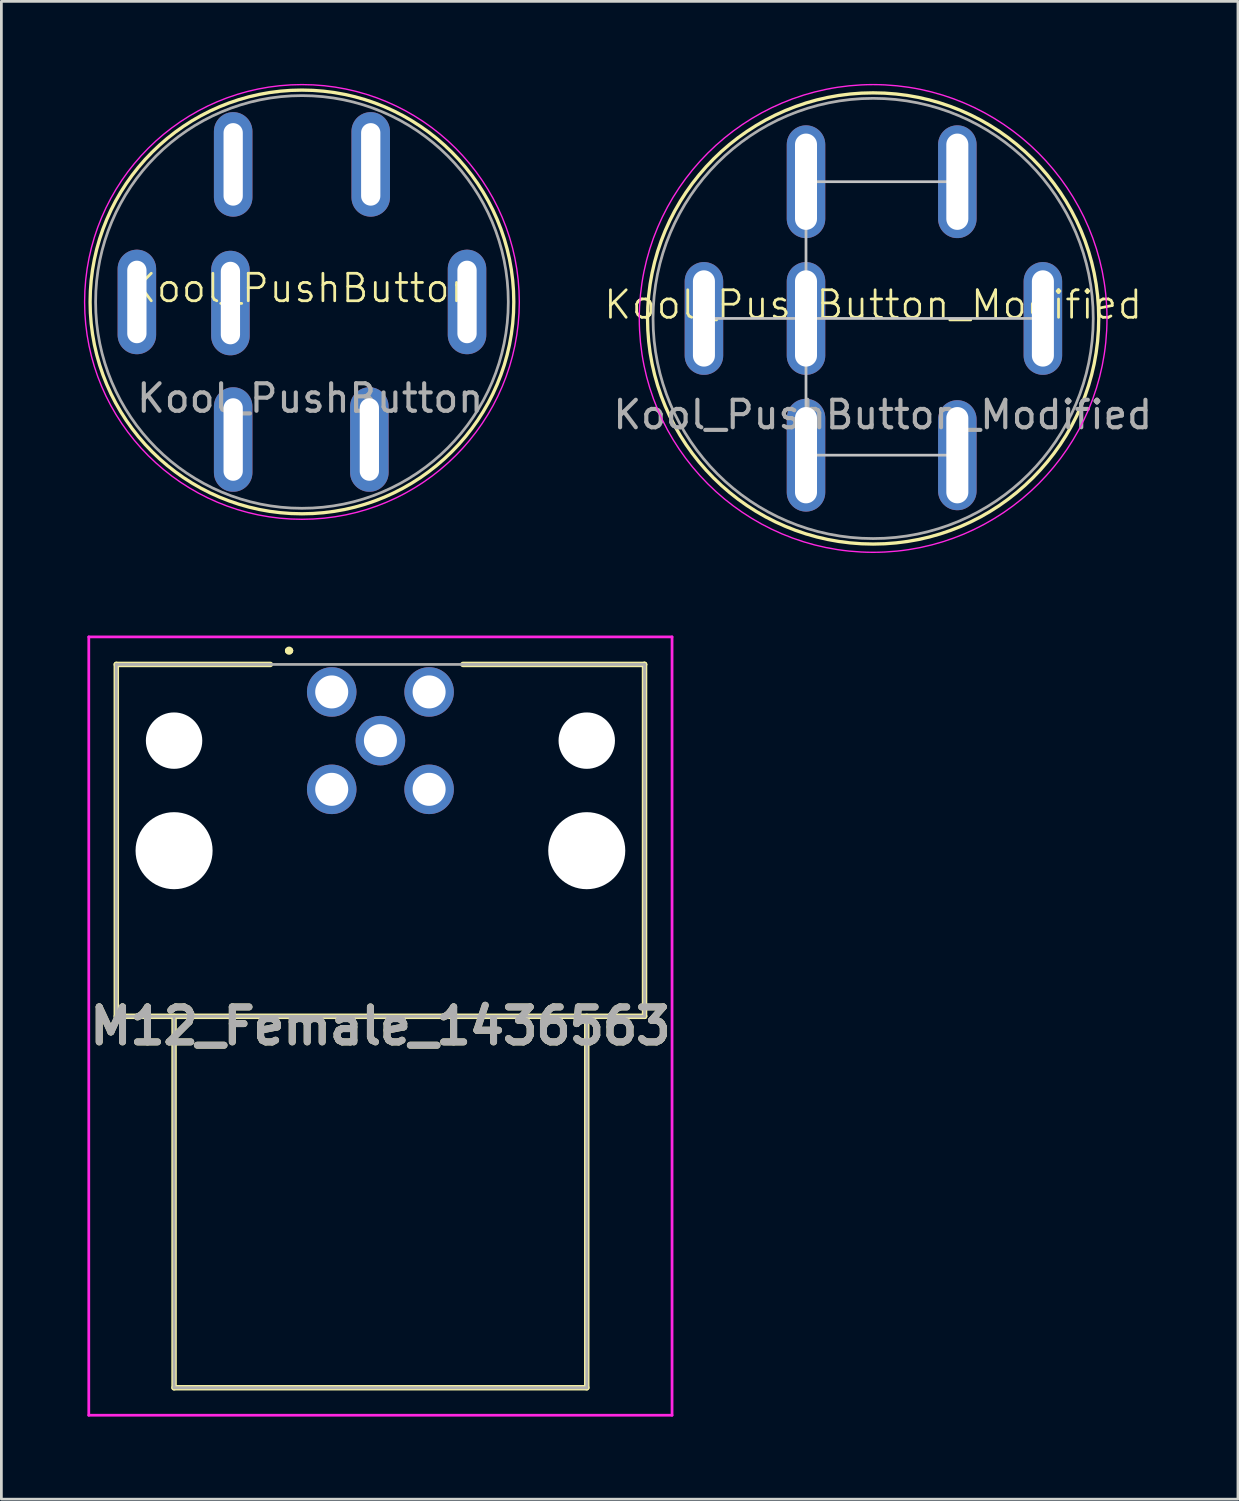
<source format=kicad_pcb>
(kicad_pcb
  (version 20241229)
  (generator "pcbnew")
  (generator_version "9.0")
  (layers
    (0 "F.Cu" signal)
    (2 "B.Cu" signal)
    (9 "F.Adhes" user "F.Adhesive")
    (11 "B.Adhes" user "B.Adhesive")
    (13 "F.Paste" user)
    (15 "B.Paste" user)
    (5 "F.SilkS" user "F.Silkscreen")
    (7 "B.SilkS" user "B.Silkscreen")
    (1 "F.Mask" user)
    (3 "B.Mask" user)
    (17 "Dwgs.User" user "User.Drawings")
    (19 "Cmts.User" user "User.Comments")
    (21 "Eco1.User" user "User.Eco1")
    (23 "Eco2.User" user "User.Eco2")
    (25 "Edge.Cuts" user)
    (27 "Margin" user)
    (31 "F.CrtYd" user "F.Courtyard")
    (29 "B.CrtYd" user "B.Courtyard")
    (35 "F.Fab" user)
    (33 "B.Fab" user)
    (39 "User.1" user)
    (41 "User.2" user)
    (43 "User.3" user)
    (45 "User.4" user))
  (footprint "Kool_PushButton"
    (layer "F.Cu")
    (at 7.925 7.925)
    (property "Reference" "Kool_PushButton" (at 0 -0.5 0) (unlocked yes) (layer "F.SilkS") (effects (font (size 1 1) (thickness 0.1))))
    (attr through_hole)
    (fp_circle (center 0 0) (end 7.7 0) (stroke (width 0.12) (type solid)) (fill no) (layer "F.SilkS"))
    (fp_circle (center 0 0) (end 7.9 0) (stroke (width 0.05) (type solid)) (fill no) (layer "F.CrtYd"))
    (fp_circle (center 0 0) (end 7.5 0) (stroke (width 0.1) (type solid)) (fill no) (layer "F.Fab"))
    (fp_text user "${REFERENCE}" (at 0.3 3.5 0) (layer "F.Fab") (effects (font (size 1 1) (thickness 0.15))))
    (pad "1" thru_hole oval (at -6 0) (size 1.4 3.8) (drill oval 0.7 3) (layers "*.Cu" "*.Mask"))
    (pad "2" thru_hole oval (at -2.5 -5) (size 1.4 3.8) (drill oval 0.7 3) (layers "*.Cu" "*.Mask"))
    (pad "3" thru_hole oval (at -2.6 0.04) (size 1.4 3.8) (drill oval 0.7 3) (layers "*.Cu" "*.Mask"))
    (pad "4" thru_hole oval (at -2.5 5) (size 1.4 3.8) (drill oval 0.7 3) (layers "*.Cu" "*.Mask"))
    (pad "5" thru_hole oval (at 2.5 -5) (size 1.4 3.8) (drill oval 0.7 3) (layers "*.Cu" "*.Mask"))
    (pad "6" thru_hole oval (at 2.45 5) (size 1.4 3.8) (drill oval 0.7 3) (layers "*.Cu" "*.Mask"))
    (pad "7" thru_hole oval (at 6 0) (size 1.4 3.8) (drill oval 0.7 3) (layers "*.Cu" "*.Mask")))
  (footprint "Kool_PushButton_Modified"
    (layer "F.Cu")
    (at 28.686 8.525)
    (property "Reference" "Kool_PushButton_Modified" (at 0 -0.5 0) (unlocked yes) (layer "F.SilkS") (effects (font (size 1 1) (thickness 0.1))))
    (attr through_hole)
    (fp_circle (center 0 0) (end 8.2 0) (stroke (width 0.12) (type solid)) (fill no) (layer "F.SilkS"))
    (fp_line (start -2.44 -4.97) (end 3.06 -4.97) (stroke (width 0.1) (type solid)) (layer "Dwgs.User"))
    (fp_line (start -2.44 0) (end -6.15 0) (stroke (width 0.1) (type solid)) (layer "Dwgs.User"))
    (fp_line (start -2.44 0) (end -2.44 -4.97) (stroke (width 0.1) (type solid)) (layer "Dwgs.User"))
    (fp_line (start -2.44 0) (end -2.44 4.97) (stroke (width 0.1) (type solid)) (layer "Dwgs.User"))
    (fp_line (start -2.44 4.97) (end 3.06 4.97) (stroke (width 0.1) (type solid)) (layer "Dwgs.User"))
    (fp_line (start 0 0) (end -2.44 0) (stroke (width 0.1) (type solid)) (layer "Dwgs.User"))
    (fp_line (start 0 0) (end 6.17 0) (stroke (width 0.1) (type solid)) (layer "Dwgs.User"))
    (fp_circle (center 0 0) (end 8.5 0) (stroke (width 0.05) (type solid)) (fill no) (layer "F.CrtYd"))
    (fp_circle (center 0 0) (end 8 0) (stroke (width 0.1) (type solid)) (fill no) (layer "F.Fab"))
    (fp_text user "${REFERENCE}" (at 0.35 3.5 180) (layer "F.Fab") (effects (font (size 1 1) (thickness 0.15))))
    (pad "1" thru_hole oval (at -6.15 0) (size 1.4 4.1) (drill oval 0.8 3.5) (layers "*.Cu" "*.Mask"))
    (pad "2" thru_hole oval (at -2.44 -4.97) (size 1.4 4.1) (drill oval 0.8 3.5) (layers "*.Cu" "*.Mask"))
    (pad "3" thru_hole oval (at -2.44 0) (size 1.4 4.1) (drill oval 0.8 3.5) (layers "*.Cu" "*.Mask"))
    (pad "4" thru_hole oval (at -2.44 4.97) (size 1.4 4.1) (drill oval 0.8 3.5) (layers "*.Cu" "*.Mask"))
    (pad "5" thru_hole oval (at 3.06 -4.97) (size 1.4 4.1) (drill oval 0.8 3.5) (layers "*.Cu" "*.Mask"))
    (pad "6" thru_hole oval (at 3.06 4.97) (size 1.4 4) (drill oval 0.8 3.5) (layers "*.Cu" "*.Mask"))
    (pad "7" thru_hole oval (at 6.17 0) (size 1.4 4.1) (drill oval 0.8 3.5) (layers "*.Cu" "*.Mask")))
  (footprint "M12_Female_1436563"
    (layer "F.Cu")
    (at 9.007 22.1)
    (property "Reference" "M12_Female_1436563" (at 1.77 12.145 0) (layer "F.SilkS") (effects (font (size 1.27 1.27) (thickness 0.254))))
    (attr through_hole)
    (fp_line (start -7.83 -1) (end -7.83 11.79) (stroke (width 0.2) (type solid)) (layer "F.SilkS"))
    (fp_line (start -7.83 11.79) (end 11.37 11.79) (stroke (width 0.2) (type solid)) (layer "F.SilkS"))
    (fp_line (start -5.73 11.79) (end -5.73 25.29) (stroke (width 0.2) (type solid)) (layer "F.SilkS"))
    (fp_line (start -5.73 25.29) (end 9.27 25.29) (stroke (width 0.2) (type solid)) (layer "F.SilkS"))
    (fp_line (start -2.23 -1) (end -7.83 -1) (stroke (width 0.2) (type solid)) (layer "F.SilkS"))
    (fp_line (start -1.6 -1.5) (end -1.6 -1.5) (stroke (width 0.2) (type solid)) (layer "F.SilkS"))
    (fp_line (start -1.5 -1.5) (end -1.5 -1.5) (stroke (width 0.2) (type solid)) (layer "F.SilkS"))
    (fp_line (start 9.27 25.29) (end 9.27 11.79) (stroke (width 0.2) (type solid)) (layer "F.SilkS"))
    (fp_line (start 11.37 -1) (end 4.77 -1) (stroke (width 0.2) (type solid)) (layer "F.SilkS"))
    (fp_line (start 11.37 -1) (end 11.37 -1) (stroke (width 0.2) (type solid)) (layer "F.SilkS"))
    (fp_line (start 11.37 11.79) (end 11.37 -1) (stroke (width 0.2) (type solid)) (layer "F.SilkS"))
    (fp_line (start 11.37 11.79) (end 11.37 11.79) (stroke (width 0.2) (type solid)) (layer "F.SilkS"))
    (fp_arc (start -1.6 -1.5) (mid -1.55 -1.55) (end -1.5 -1.5) (stroke (width 0.2) (type solid)) (layer "F.SilkS"))
    (fp_arc (start -1.5 -1.5) (mid -1.55 -1.45) (end -1.6 -1.5) (stroke (width 0.2) (type solid)) (layer "F.SilkS"))
    (fp_line (start -8.83 -2) (end 12.37 -2) (stroke (width 0.1) (type solid)) (layer "F.CrtYd"))
    (fp_line (start -8.83 26.29) (end -8.83 -2) (stroke (width 0.1) (type solid)) (layer "F.CrtYd"))
    (fp_line (start 12.37 -2) (end 12.37 26.29) (stroke (width 0.1) (type solid)) (layer "F.CrtYd"))
    (fp_line (start 12.37 26.29) (end -8.83 26.29) (stroke (width 0.1) (type solid)) (layer "F.CrtYd"))
    (fp_line (start -7.83 -1) (end 11.37 -1) (stroke (width 0.1) (type solid)) (layer "F.Fab"))
    (fp_line (start -7.83 11.79) (end -7.83 -1) (stroke (width 0.1) (type solid)) (layer "F.Fab"))
    (fp_line (start -5.73 11.79) (end -5.73 25.29) (stroke (width 0.1) (type solid)) (layer "F.Fab"))
    (fp_line (start -5.73 25.29) (end 9.27 25.29) (stroke (width 0.1) (type solid)) (layer "F.Fab"))
    (fp_line (start 9.27 25.29) (end 9.27 11.79) (stroke (width 0.1) (type solid)) (layer "F.Fab"))
    (fp_line (start 11.37 -1) (end 11.37 11.79) (stroke (width 0.1) (type solid)) (layer "F.Fab"))
    (fp_line (start 11.37 11.79) (end -7.83 11.79) (stroke (width 0.1) (type solid)) (layer "F.Fab"))
    (fp_text user "${REFERENCE}" (at 1.77 12.145 0) (layer "F.Fab") (effects (font (size 1.27 1.27) (thickness 0.254))))
    (pad "" np_thru_hole circle (at -5.73 1.77) (size 2.05 2.05) (drill 2.05) (layers "*.Cu" "*.Mask"))
    (pad "" np_thru_hole circle (at -5.73 5.77) (size 2.8 2.8) (drill 2.8) (layers "*.Cu" "*.Mask"))
    (pad "" np_thru_hole circle (at 9.27 1.77) (size 2.05 2.05) (drill 2.05) (layers "*.Cu" "*.Mask"))
    (pad "" np_thru_hole circle (at 9.27 5.77) (size 2.8 2.8) (drill 2.8) (layers "*.Cu" "*.Mask"))
    (pad "1" thru_hole circle (at 0 0) (size 1.8 1.8) (drill 1.2) (layers "*.Cu" "*.Mask"))
    (pad "2" thru_hole circle (at 3.54 0) (size 1.8 1.8) (drill 1.2) (layers "*.Cu" "*.Mask"))
    (pad "3" thru_hole circle (at 3.54 3.54) (size 1.8 1.8) (drill 1.2) (layers "*.Cu" "*.Mask"))
    (pad "4" thru_hole circle (at 0 3.54) (size 1.8 1.8) (drill 1.2) (layers "*.Cu" "*.Mask"))
    (pad "5" thru_hole circle (at 1.77 1.77) (size 1.8 1.8) (drill 1.2) (layers "*.Cu" "*.Mask")))
  (gr_rect
    (start -3 -3)
    (end 41.946 51.44)
    (stroke (width 0.1) (type default))
    (fill no)
    (layer "Edge.Cuts")))
</source>
